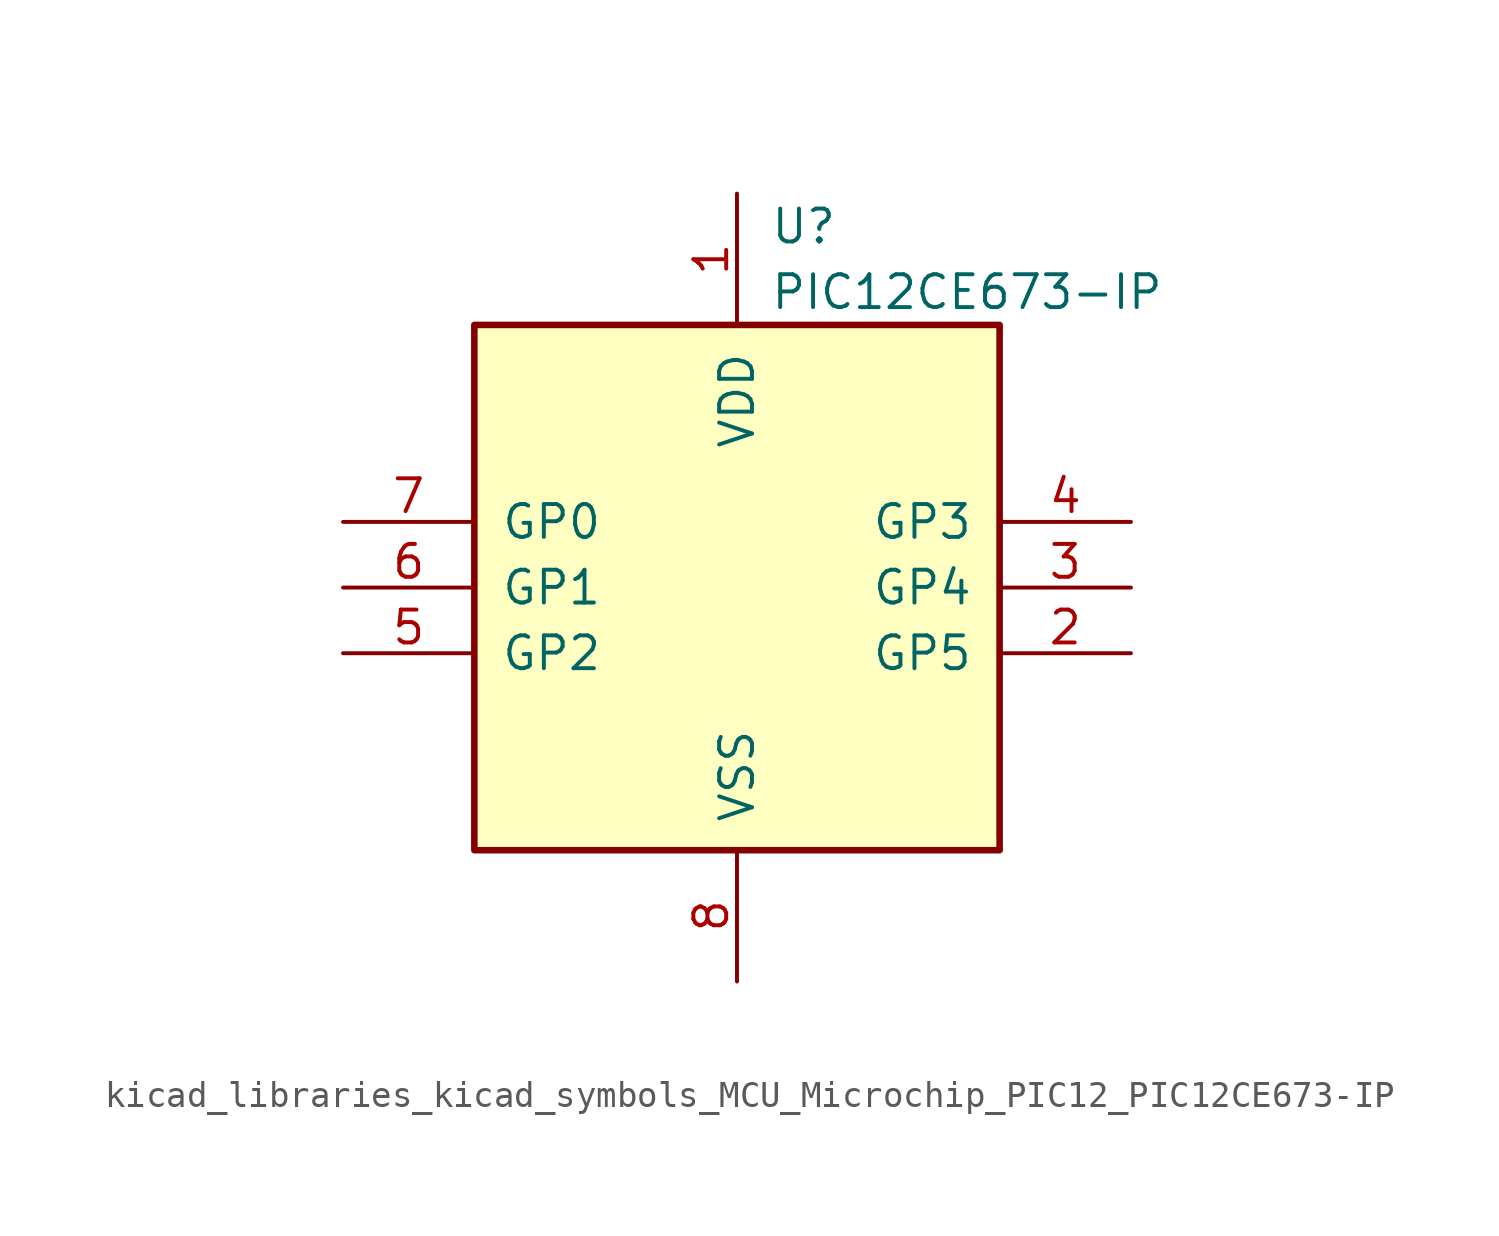
<source format=kicad_sym>
(kicad_symbol_lib
  (version 20220914)
  (generator kicad_symbol_editor)
  (symbol "kicad_libraries_kicad_symbols_MCU_Microchip_PIC12_PIC12CE673-IP"
    (pin_names
      (offset 1.016))
    (property "Reference" "U"
      (at 1.27 13.97 0)
      (effects (font (size 1.27 1.27)) (justify left)))
    (property "Value" "PIC12CE673-IP"
      (at 1.27 11.43 0)
      (effects (font (size 1.27 1.27)) (justify left)))
    (symbol "kicad_libraries_kicad_symbols_MCU_Microchip_PIC12_PIC12CE673-IP_0_1"
      (rectangle (start 10.16 -10.16) (end -10.16 10.16) (stroke (width 0.254) (type default)) (fill (type background))))
    (symbol "kicad_libraries_kicad_symbols_MCU_Microchip_PIC12_PIC12CE673-IP_1_1"
      (pin power_in line (at 0 15.24 270) (length 5.08) (name "VDD" (effects (font (size 1.27 1.27)))) (number "1" (effects (font (size 1.27 1.27)))))
      (pin bidirectional line (at 15.24 -2.54 180) (length 5.08) (name "GP5" (effects (font (size 1.27 1.27)))) (number "2" (effects (font (size 1.27 1.27)))))
      (pin bidirectional line (at 15.24 0 180) (length 5.08) (name "GP4" (effects (font (size 1.27 1.27)))) (number "3" (effects (font (size 1.27 1.27)))))
      (pin input line (at 15.24 2.54 180) (length 5.08) (name "GP3" (effects (font (size 1.27 1.27)))) (number "4" (effects (font (size 1.27 1.27)))))
      (pin bidirectional line (at -15.24 -2.54 0) (length 5.08) (name "GP2" (effects (font (size 1.27 1.27)))) (number "5" (effects (font (size 1.27 1.27)))))
      (pin bidirectional line (at -15.24 0 0) (length 5.08) (name "GP1" (effects (font (size 1.27 1.27)))) (number "6" (effects (font (size 1.27 1.27)))))
      (pin bidirectional line (at -15.24 2.54 0) (length 5.08) (name "GP0" (effects (font (size 1.27 1.27)))) (number "7" (effects (font (size 1.27 1.27)))))
      (pin power_in line (at 0 -15.24 90) (length 5.08) (name "VSS" (effects (font (size 1.27 1.27)))) (number "8" (effects (font (size 1.27 1.27))))))))
</source>
